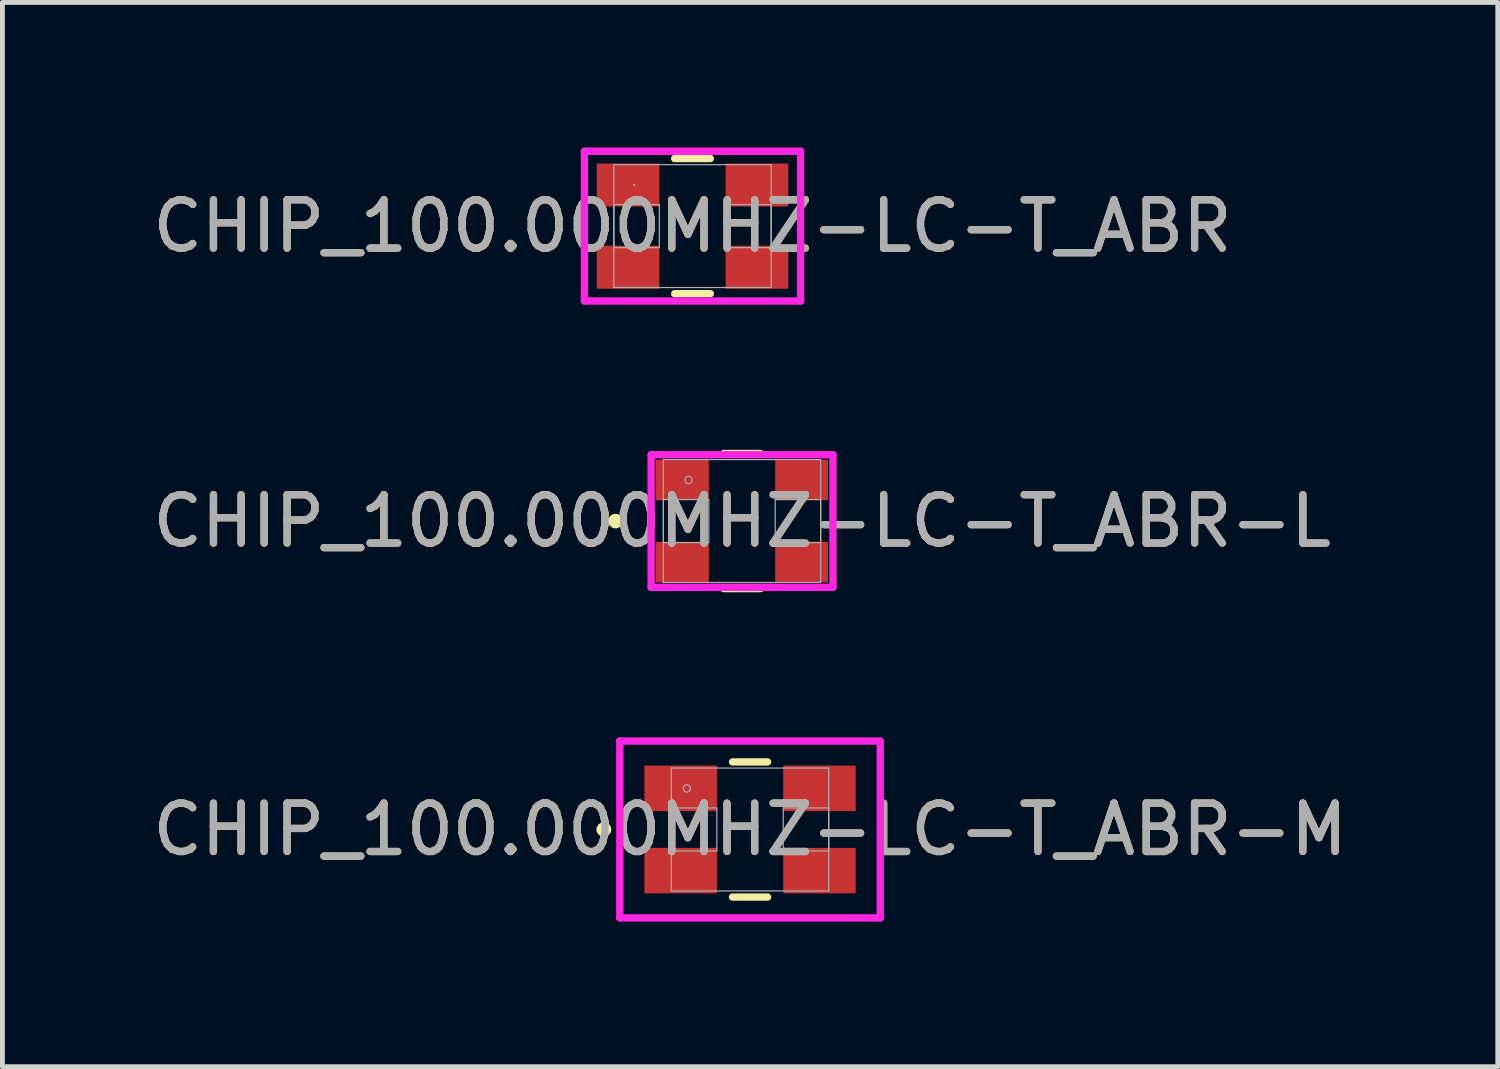
<source format=kicad_pcb>
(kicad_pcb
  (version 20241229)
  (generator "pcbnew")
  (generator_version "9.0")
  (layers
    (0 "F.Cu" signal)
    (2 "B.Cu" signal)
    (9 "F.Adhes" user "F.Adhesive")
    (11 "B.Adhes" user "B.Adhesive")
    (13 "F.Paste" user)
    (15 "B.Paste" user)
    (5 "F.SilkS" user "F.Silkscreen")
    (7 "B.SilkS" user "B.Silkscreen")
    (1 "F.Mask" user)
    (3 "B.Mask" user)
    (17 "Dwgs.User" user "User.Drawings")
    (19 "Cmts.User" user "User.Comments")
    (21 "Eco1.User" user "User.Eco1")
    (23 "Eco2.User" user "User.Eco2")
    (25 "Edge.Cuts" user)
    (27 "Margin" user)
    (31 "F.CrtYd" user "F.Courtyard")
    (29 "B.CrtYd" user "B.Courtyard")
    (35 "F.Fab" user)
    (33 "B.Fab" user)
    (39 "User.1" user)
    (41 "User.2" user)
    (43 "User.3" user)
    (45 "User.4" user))
  (footprint "CHIP_100.000MHZ-LC-T_ABR-L"
    (layer "F.Cu")
    (at 12.292 7.723)
    (property "Reference" "CHIP_100.000MHZ-LC-T_ABR-L" (at 0 0 0) (unlocked yes) (layer "F.SilkS") (effects (font (size 1 1) (thickness 0.15))))
    (attr smd)
    (fp_line (start -0.379 1.397) (end 0.379 1.397) (stroke (width 0.152) (type solid)) (layer "F.SilkS"))
    (fp_line (start 0.379 -1.397) (end -0.379 -1.397) (stroke (width 0.152) (type solid)) (layer "F.SilkS"))
    (fp_circle (center -2.616 0) (end -2.54 0) (stroke (width 0.152) (type solid)) (fill no) (layer "F.SilkS"))
    (fp_line (start -1.88 -1.371) (end 1.88 -1.371) (stroke (width 0.152) (type solid)) (layer "F.CrtYd"))
    (fp_line (start -1.88 1.371) (end -1.88 -1.371) (stroke (width 0.152) (type solid)) (layer "F.CrtYd"))
    (fp_line (start 1.88 -1.371) (end 1.88 1.371) (stroke (width 0.152) (type solid)) (layer "F.CrtYd"))
    (fp_line (start 1.88 1.371) (end -1.88 1.371) (stroke (width 0.152) (type solid)) (layer "F.CrtYd"))
    (fp_line (start -1.626 -1.27) (end -1.626 1.27) (stroke (width 0.025) (type solid)) (layer "F.Fab"))
    (fp_line (start -1.626 -0.445) (end -1.626 0.445) (stroke (width 0.025) (type solid)) (layer "F.Fab"))
    (fp_line (start -1.626 0.445) (end -0.686 0.445) (stroke (width 0.025) (type solid)) (layer "F.Fab"))
    (fp_line (start -1.626 1.27) (end 1.626 1.27) (stroke (width 0.025) (type solid)) (layer "F.Fab"))
    (fp_line (start -0.686 -0.445) (end -1.626 -0.445) (stroke (width 0.025) (type solid)) (layer "F.Fab"))
    (fp_line (start -0.686 0.445) (end -0.686 -0.445) (stroke (width 0.025) (type solid)) (layer "F.Fab"))
    (fp_line (start 0.686 -0.445) (end 0.686 0.445) (stroke (width 0.025) (type solid)) (layer "F.Fab"))
    (fp_line (start 0.686 0.445) (end 1.626 0.445) (stroke (width 0.025) (type solid)) (layer "F.Fab"))
    (fp_line (start 1.626 -1.27) (end -1.626 -1.27) (stroke (width 0.025) (type solid)) (layer "F.Fab"))
    (fp_line (start 1.626 -0.445) (end 0.686 -0.445) (stroke (width 0.025) (type solid)) (layer "F.Fab"))
    (fp_line (start 1.626 0.445) (end 1.626 -0.445) (stroke (width 0.025) (type solid)) (layer "F.Fab"))
    (fp_line (start 1.626 1.27) (end 1.626 -1.27) (stroke (width 0.025) (type solid)) (layer "F.Fab"))
    (fp_circle (center -1.105 -0.85) (end -1.029 -0.85) (stroke (width 0.025) (type solid)) (fill no) (layer "F.Fab"))
    (fp_text user "${REFERENCE}" (at 0 0 0) (unlocked yes) (layer "F.Fab") (effects (font (size 1 1) (thickness 0.15))))
    (pad "1" smd rect (at -1.232 0.85) (size 1.092 0.838) (layers "F.Cu" "F.Mask" "F.Paste"))
    (pad "2" smd rect (at 1.232 0.85) (size 1.092 0.838) (layers "F.Cu" "F.Mask" "F.Paste"))
    (pad "3" smd rect (at 1.232 -0.85) (size 1.092 0.838) (layers "F.Cu" "F.Mask" "F.Paste"))
    (pad "4" smd rect (at -1.232 -0.85) (size 1.092 0.838) (layers "F.Cu" "F.Mask" "F.Paste"))
    (zone (net_name "") (layer "F.Cu") (hatch full 0.508) (connect_pads) (min_thickness 0.254) (filled_areas_thickness no) (keepout (tracks not_allowed) (vias not_allowed) (pads allowed) (copperpour not_allowed) (footprints allowed)) (placement (enabled no)) (fill) (polygon (pts (xy 11.657 6.503) (xy 12.927 6.503) (xy 12.927 8.942) (xy 11.657 8.942)))))
  (footprint "CHIP_100.000MHZ-LC-T_ABR-M"
    (layer "F.Cu")
    (at 12.458 14.1)
    (property "Reference" "CHIP_100.000MHZ-LC-T_ABR-M" (at 0 0 0) (unlocked yes) (layer "F.SilkS") (effects (font (size 1 1) (thickness 0.15))))
    (attr smd)
    (fp_line (start -0.362 1.397) (end 0.362 1.397) (stroke (width 0.152) (type solid)) (layer "F.SilkS"))
    (fp_line (start 0.362 -1.397) (end -0.362 -1.397) (stroke (width 0.152) (type solid)) (layer "F.SilkS"))
    (fp_circle (center -3.023 0) (end -2.946 0) (stroke (width 0.152) (type solid)) (fill no) (layer "F.SilkS"))
    (fp_line (start -2.692 -1.828) (end 2.692 -1.828) (stroke (width 0.152) (type solid)) (layer "F.CrtYd"))
    (fp_line (start -2.692 1.828) (end -2.692 -1.828) (stroke (width 0.152) (type solid)) (layer "F.CrtYd"))
    (fp_line (start 2.692 -1.828) (end 2.692 1.828) (stroke (width 0.152) (type solid)) (layer "F.CrtYd"))
    (fp_line (start 2.692 1.828) (end -2.692 1.828) (stroke (width 0.152) (type solid)) (layer "F.CrtYd"))
    (fp_line (start -1.626 -1.27) (end -1.626 1.27) (stroke (width 0.025) (type solid)) (layer "F.Fab"))
    (fp_line (start -1.626 -0.445) (end -1.626 0.445) (stroke (width 0.025) (type solid)) (layer "F.Fab"))
    (fp_line (start -1.626 0.445) (end -0.686 0.445) (stroke (width 0.025) (type solid)) (layer "F.Fab"))
    (fp_line (start -1.626 1.27) (end 1.626 1.27) (stroke (width 0.025) (type solid)) (layer "F.Fab"))
    (fp_line (start -0.686 -0.445) (end -1.626 -0.445) (stroke (width 0.025) (type solid)) (layer "F.Fab"))
    (fp_line (start -0.686 0.445) (end -0.686 -0.445) (stroke (width 0.025) (type solid)) (layer "F.Fab"))
    (fp_line (start 0.686 -0.445) (end 0.686 0.445) (stroke (width 0.025) (type solid)) (layer "F.Fab"))
    (fp_line (start 0.686 0.445) (end 1.626 0.445) (stroke (width 0.025) (type solid)) (layer "F.Fab"))
    (fp_line (start 1.626 -1.27) (end -1.626 -1.27) (stroke (width 0.025) (type solid)) (layer "F.Fab"))
    (fp_line (start 1.626 -0.445) (end 0.686 -0.445) (stroke (width 0.025) (type solid)) (layer "F.Fab"))
    (fp_line (start 1.626 0.445) (end 1.626 -0.445) (stroke (width 0.025) (type solid)) (layer "F.Fab"))
    (fp_line (start 1.626 1.27) (end 1.626 -1.27) (stroke (width 0.025) (type solid)) (layer "F.Fab"))
    (fp_circle (center -1.308 -0.85) (end -1.232 -0.85) (stroke (width 0.025) (type solid)) (fill no) (layer "F.Fab"))
    (fp_text user "${REFERENCE}" (at 0 0 0) (unlocked yes) (layer "F.Fab") (effects (font (size 1 1) (thickness 0.15))))
    (pad "1" smd rect (at -1.435 0.85) (size 1.499 0.94) (layers "F.Cu" "F.Mask" "F.Paste"))
    (pad "2" smd rect (at 1.435 0.85) (size 1.499 0.94) (layers "F.Cu" "F.Mask" "F.Paste"))
    (pad "3" smd rect (at 1.435 -0.85) (size 1.499 0.94) (layers "F.Cu" "F.Mask" "F.Paste"))
    (pad "4" smd rect (at -1.435 -0.85) (size 1.499 0.94) (layers "F.Cu" "F.Mask" "F.Paste"))
    (zone (net_name "") (layer "F.Cu") (hatch full 0.508) (connect_pads) (min_thickness 0.254) (filled_areas_thickness no) (keepout (tracks not_allowed) (vias not_allowed) (pads allowed) (copperpour not_allowed) (footprints allowed)) (placement (enabled no)) (fill) (polygon (pts (xy 11.823 12.881) (xy 13.093 12.881) (xy 13.093 15.319) (xy 11.823 15.319)))))
  (footprint "CHIP_100.000MHZ-LC-T_ABR"
    (layer "F.Cu")
    (at 11.268 1.625)
    (property "Reference" "CHIP_100.000MHZ-LC-T_ABR" (at 0 0 0) (unlocked yes) (layer "F.SilkS") (effects (font (size 1 1) (thickness 0.15))))
    (attr smd)
    (fp_line (start -0.369 1.397) (end 0.369 1.397) (stroke (width 0.152) (type solid)) (layer "F.SilkS"))
    (fp_line (start 0.369 -1.397) (end -0.369 -1.397) (stroke (width 0.152) (type solid)) (layer "F.SilkS"))
    (fp_line (start -2.235 -1.548) (end 2.235 -1.548) (stroke (width 0.152) (type solid)) (layer "F.CrtYd"))
    (fp_line (start -2.235 1.548) (end -2.235 -1.548) (stroke (width 0.152) (type solid)) (layer "F.CrtYd"))
    (fp_line (start 2.235 -1.548) (end 2.235 1.548) (stroke (width 0.152) (type solid)) (layer "F.CrtYd"))
    (fp_line (start 2.235 1.548) (end -2.235 1.548) (stroke (width 0.152) (type solid)) (layer "F.CrtYd"))
    (fp_line (start -1.626 -1.27) (end -1.626 1.27) (stroke (width 0.025) (type solid)) (layer "F.Fab"))
    (fp_line (start -1.626 -0.445) (end -1.626 0.445) (stroke (width 0.025) (type solid)) (layer "F.Fab"))
    (fp_line (start -1.626 0.445) (end -0.686 0.445) (stroke (width 0.025) (type solid)) (layer "F.Fab"))
    (fp_line (start -1.626 1.27) (end 1.626 1.27) (stroke (width 0.025) (type solid)) (layer "F.Fab"))
    (fp_line (start -0.686 -0.445) (end -1.626 -0.445) (stroke (width 0.025) (type solid)) (layer "F.Fab"))
    (fp_line (start -0.686 0.445) (end -0.686 -0.445) (stroke (width 0.025) (type solid)) (layer "F.Fab"))
    (fp_line (start 0.686 -0.445) (end 0.686 0.445) (stroke (width 0.025) (type solid)) (layer "F.Fab"))
    (fp_line (start 0.686 0.445) (end 1.626 0.445) (stroke (width 0.025) (type solid)) (layer "F.Fab"))
    (fp_line (start 1.626 -1.27) (end -1.626 -1.27) (stroke (width 0.025) (type solid)) (layer "F.Fab"))
    (fp_line (start 1.626 -0.445) (end 0.686 -0.445) (stroke (width 0.025) (type solid)) (layer "F.Fab"))
    (fp_line (start 1.626 0.445) (end 1.626 -0.445) (stroke (width 0.025) (type solid)) (layer "F.Fab"))
    (fp_line (start 1.626 1.27) (end 1.626 -1.27) (stroke (width 0.025) (type solid)) (layer "F.Fab"))
    (fp_circle (center -1.206 -0.85) (end -1.206 -0.85) (stroke (width 0.025) (type solid)) (fill no) (layer "F.Fab"))
    (fp_text user "${REFERENCE}" (at 0 0 0) (unlocked yes) (layer "F.Fab") (effects (font (size 1 1) (thickness 0.15))))
    (pad "1" smd rect (at -1.333 0.85) (size 1.295 0.889) (layers "F.Cu" "F.Mask" "F.Paste"))
    (pad "2" smd rect (at 1.333 0.85) (size 1.295 0.889) (layers "F.Cu" "F.Mask" "F.Paste"))
    (pad "3" smd rect (at 1.333 -0.85) (size 1.295 0.889) (layers "F.Cu" "F.Mask" "F.Paste"))
    (pad "4" smd rect (at -1.333 -0.85) (size 1.295 0.889) (layers "F.Cu" "F.Mask" "F.Paste"))
    (zone (net_name "") (layer "F.Cu") (hatch full 0.508) (connect_pads) (min_thickness 0.254) (filled_areas_thickness no) (keepout (tracks not_allowed) (vias not_allowed) (pads allowed) (copperpour not_allowed) (footprints allowed)) (placement (enabled no)) (fill) (polygon (pts (xy 10.633 0.406) (xy 11.903 0.406) (xy 11.903 2.844) (xy 10.633 2.844)))))
  (gr_rect
    (start -3 -3)
    (end 27.917 19.004)
    (stroke (width 0.1) (type default))
    (fill no)
    (layer "Edge.Cuts")))
</source>
